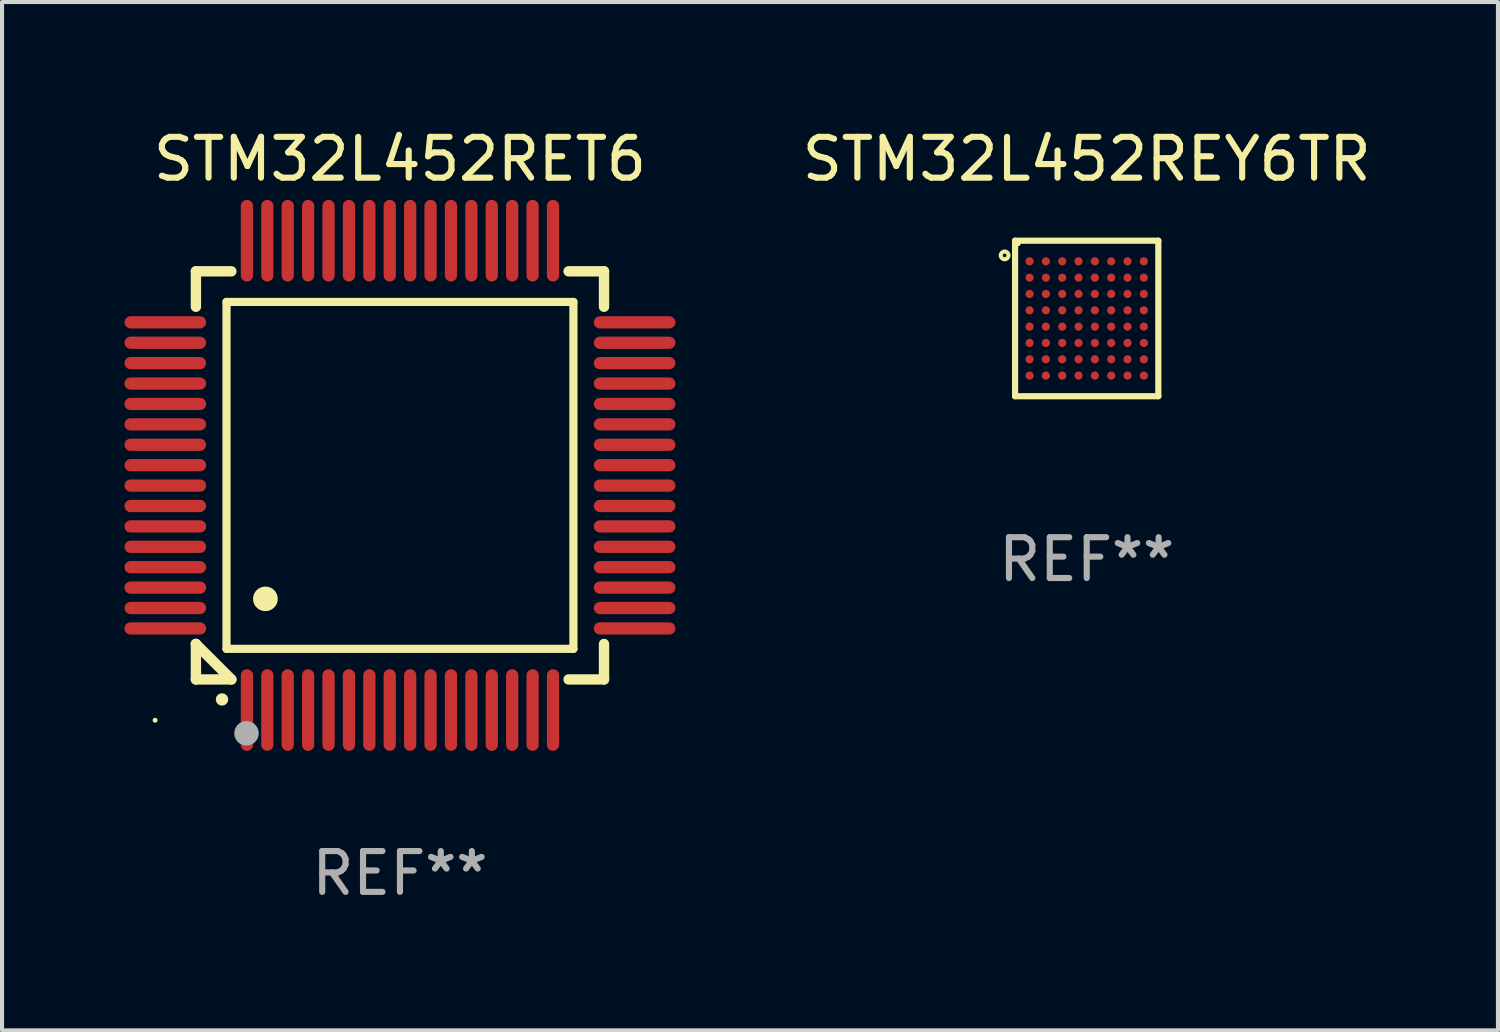
<source format=kicad_pcb>
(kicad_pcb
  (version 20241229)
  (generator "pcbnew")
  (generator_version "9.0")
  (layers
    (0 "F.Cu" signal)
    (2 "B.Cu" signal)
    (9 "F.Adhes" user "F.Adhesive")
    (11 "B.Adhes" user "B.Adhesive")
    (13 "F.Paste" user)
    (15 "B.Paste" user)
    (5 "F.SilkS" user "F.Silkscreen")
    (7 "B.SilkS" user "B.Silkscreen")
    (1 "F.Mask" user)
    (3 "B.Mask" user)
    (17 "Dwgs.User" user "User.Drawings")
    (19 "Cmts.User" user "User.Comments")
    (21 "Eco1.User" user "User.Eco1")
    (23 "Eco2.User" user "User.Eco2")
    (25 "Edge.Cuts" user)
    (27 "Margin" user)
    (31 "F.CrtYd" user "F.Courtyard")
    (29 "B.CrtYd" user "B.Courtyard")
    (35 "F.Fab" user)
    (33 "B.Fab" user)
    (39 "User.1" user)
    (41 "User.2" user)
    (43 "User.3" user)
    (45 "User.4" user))
  (footprint "STM32L452REY6TR"
    (layer "F.Cu")
    (at 23.577 4.753)
    (property "Reference" "STM32L452REY6TR" (at 0 -3.905 0) (layer "F.SilkS") (effects (font (size 1 1) (thickness 0.15))))
    (attr through_hole)
    (fp_line (start -1.755 -1.905) (end 1.755 -1.905) (stroke (width 0.152) (type solid)) (layer "F.SilkS"))
    (fp_line (start -1.755 1.905) (end -1.755 -1.905) (stroke (width 0.152) (type solid)) (layer "F.SilkS"))
    (fp_line (start 1.755 -1.905) (end 1.755 1.905) (stroke (width 0.152) (type solid)) (layer "F.SilkS"))
    (fp_line (start 1.755 1.905) (end -1.755 1.905) (stroke (width 0.152) (type solid)) (layer "F.SilkS"))
    (fp_circle (center -2.011 -1.545) (end -1.916 -1.545) (stroke (width 0.1) (type solid)) (fill no) (layer "F.SilkS"))
    (fp_circle (center -1.68 -1.83) (end -1.65 -1.83) (stroke (width 0.06) (type solid)) (fill no) (layer "F.SilkS"))
    (fp_text user "REF**" (at 0 5.905 0) (layer "F.Fab") (effects (font (size 1 1) (thickness 0.15))))
    (pad "A1" smd circle (at -1.4 -1.4) (size 0.2 0.2) (layers "F.Cu" "F.Mask" "F.Paste"))
    (pad "A2" smd circle (at -1 -1.4) (size 0.2 0.2) (layers "F.Cu" "F.Mask" "F.Paste"))
    (pad "A3" smd circle (at -0.6 -1.4) (size 0.2 0.2) (layers "F.Cu" "F.Mask" "F.Paste"))
    (pad "A4" smd circle (at -0.2 -1.4) (size 0.2 0.2) (layers "F.Cu" "F.Mask" "F.Paste"))
    (pad "A5" smd circle (at 0.2 -1.4) (size 0.2 0.2) (layers "F.Cu" "F.Mask" "F.Paste"))
    (pad "A6" smd circle (at 0.6 -1.4) (size 0.2 0.2) (layers "F.Cu" "F.Mask" "F.Paste"))
    (pad "A7" smd circle (at 1 -1.4) (size 0.2 0.2) (layers "F.Cu" "F.Mask" "F.Paste"))
    (pad "A8" smd circle (at 1.4 -1.4) (size 0.2 0.2) (layers "F.Cu" "F.Mask" "F.Paste"))
    (pad "B1" smd circle (at -1.4 -1) (size 0.2 0.2) (layers "F.Cu" "F.Mask" "F.Paste"))
    (pad "B2" smd circle (at -1 -1) (size 0.2 0.2) (layers "F.Cu" "F.Mask" "F.Paste"))
    (pad "B3" smd circle (at -0.6 -1) (size 0.2 0.2) (layers "F.Cu" "F.Mask" "F.Paste"))
    (pad "B4" smd circle (at -0.2 -1) (size 0.2 0.2) (layers "F.Cu" "F.Mask" "F.Paste"))
    (pad "B5" smd circle (at 0.2 -1) (size 0.2 0.2) (layers "F.Cu" "F.Mask" "F.Paste"))
    (pad "B6" smd circle (at 0.6 -1) (size 0.2 0.2) (layers "F.Cu" "F.Mask" "F.Paste"))
    (pad "B7" smd circle (at 1 -1) (size 0.2 0.2) (layers "F.Cu" "F.Mask" "F.Paste"))
    (pad "B8" smd circle (at 1.4 -1) (size 0.2 0.2) (layers "F.Cu" "F.Mask" "F.Paste"))
    (pad "C1" smd circle (at -1.4 -0.6) (size 0.2 0.2) (layers "F.Cu" "F.Mask" "F.Paste"))
    (pad "C2" smd circle (at -1 -0.6) (size 0.2 0.2) (layers "F.Cu" "F.Mask" "F.Paste"))
    (pad "C3" smd circle (at -0.6 -0.6) (size 0.2 0.2) (layers "F.Cu" "F.Mask" "F.Paste"))
    (pad "C4" smd circle (at -0.2 -0.6) (size 0.2 0.2) (layers "F.Cu" "F.Mask" "F.Paste"))
    (pad "C5" smd circle (at 0.2 -0.6) (size 0.2 0.2) (layers "F.Cu" "F.Mask" "F.Paste"))
    (pad "C6" smd circle (at 0.6 -0.6) (size 0.2 0.2) (layers "F.Cu" "F.Mask" "F.Paste"))
    (pad "C7" smd circle (at 1 -0.6) (size 0.2 0.2) (layers "F.Cu" "F.Mask" "F.Paste"))
    (pad "C8" smd circle (at 1.4 -0.6) (size 0.2 0.2) (layers "F.Cu" "F.Mask" "F.Paste"))
    (pad "D1" smd circle (at -1.4 -0.2) (size 0.2 0.2) (layers "F.Cu" "F.Mask" "F.Paste"))
    (pad "D2" smd circle (at -1 -0.2) (size 0.2 0.2) (layers "F.Cu" "F.Mask" "F.Paste"))
    (pad "D3" smd circle (at -0.6 -0.2) (size 0.2 0.2) (layers "F.Cu" "F.Mask" "F.Paste"))
    (pad "D4" smd circle (at -0.2 -0.2) (size 0.2 0.2) (layers "F.Cu" "F.Mask" "F.Paste"))
    (pad "D5" smd circle (at 0.2 -0.2) (size 0.2 0.2) (layers "F.Cu" "F.Mask" "F.Paste"))
    (pad "D6" smd circle (at 0.6 -0.2) (size 0.2 0.2) (layers "F.Cu" "F.Mask" "F.Paste"))
    (pad "D7" smd circle (at 1 -0.2) (size 0.2 0.2) (layers "F.Cu" "F.Mask" "F.Paste"))
    (pad "D8" smd circle (at 1.4 -0.2) (size 0.2 0.2) (layers "F.Cu" "F.Mask" "F.Paste"))
    (pad "E1" smd circle (at -1.4 0.2) (size 0.2 0.2) (layers "F.Cu" "F.Mask" "F.Paste"))
    (pad "E2" smd circle (at -1 0.2) (size 0.2 0.2) (layers "F.Cu" "F.Mask" "F.Paste"))
    (pad "E3" smd circle (at -0.6 0.2) (size 0.2 0.2) (layers "F.Cu" "F.Mask" "F.Paste"))
    (pad "E4" smd circle (at -0.2 0.2) (size 0.2 0.2) (layers "F.Cu" "F.Mask" "F.Paste"))
    (pad "E5" smd circle (at 0.2 0.2) (size 0.2 0.2) (layers "F.Cu" "F.Mask" "F.Paste"))
    (pad "E6" smd circle (at 0.6 0.2) (size 0.2 0.2) (layers "F.Cu" "F.Mask" "F.Paste"))
    (pad "E7" smd circle (at 1 0.2) (size 0.2 0.2) (layers "F.Cu" "F.Mask" "F.Paste"))
    (pad "E8" smd circle (at 1.4 0.2) (size 0.2 0.2) (layers "F.Cu" "F.Mask" "F.Paste"))
    (pad "F1" smd circle (at -1.4 0.6) (size 0.2 0.2) (layers "F.Cu" "F.Mask" "F.Paste"))
    (pad "F2" smd circle (at -1 0.6) (size 0.2 0.2) (layers "F.Cu" "F.Mask" "F.Paste"))
    (pad "F3" smd circle (at -0.6 0.6) (size 0.2 0.2) (layers "F.Cu" "F.Mask" "F.Paste"))
    (pad "F4" smd circle (at -0.2 0.6) (size 0.2 0.2) (layers "F.Cu" "F.Mask" "F.Paste"))
    (pad "F5" smd circle (at 0.2 0.6) (size 0.2 0.2) (layers "F.Cu" "F.Mask" "F.Paste"))
    (pad "F6" smd circle (at 0.6 0.6) (size 0.2 0.2) (layers "F.Cu" "F.Mask" "F.Paste"))
    (pad "F7" smd circle (at 1 0.6) (size 0.2 0.2) (layers "F.Cu" "F.Mask" "F.Paste"))
    (pad "F8" smd circle (at 1.4 0.6) (size 0.2 0.2) (layers "F.Cu" "F.Mask" "F.Paste"))
    (pad "G1" smd circle (at -1.4 1) (size 0.2 0.2) (layers "F.Cu" "F.Mask" "F.Paste"))
    (pad "G2" smd circle (at -1 1) (size 0.2 0.2) (layers "F.Cu" "F.Mask" "F.Paste"))
    (pad "G3" smd circle (at -0.6 1) (size 0.2 0.2) (layers "F.Cu" "F.Mask" "F.Paste"))
    (pad "G4" smd circle (at -0.2 1) (size 0.2 0.2) (layers "F.Cu" "F.Mask" "F.Paste"))
    (pad "G5" smd circle (at 0.2 1) (size 0.2 0.2) (layers "F.Cu" "F.Mask" "F.Paste"))
    (pad "G6" smd circle (at 0.6 1) (size 0.2 0.2) (layers "F.Cu" "F.Mask" "F.Paste"))
    (pad "G7" smd circle (at 1 1) (size 0.2 0.2) (layers "F.Cu" "F.Mask" "F.Paste"))
    (pad "G8" smd circle (at 1.4 1) (size 0.2 0.2) (layers "F.Cu" "F.Mask" "F.Paste"))
    (pad "H1" smd circle (at -1.4 1.4) (size 0.2 0.2) (layers "F.Cu" "F.Mask" "F.Paste"))
    (pad "H2" smd circle (at -1 1.4) (size 0.2 0.2) (layers "F.Cu" "F.Mask" "F.Paste"))
    (pad "H3" smd circle (at -0.6 1.4) (size 0.2 0.2) (layers "F.Cu" "F.Mask" "F.Paste"))
    (pad "H4" smd circle (at -0.2 1.4) (size 0.2 0.2) (layers "F.Cu" "F.Mask" "F.Paste"))
    (pad "H5" smd circle (at 0.2 1.4) (size 0.2 0.2) (layers "F.Cu" "F.Mask" "F.Paste"))
    (pad "H6" smd circle (at 0.6 1.4) (size 0.2 0.2) (layers "F.Cu" "F.Mask" "F.Paste"))
    (pad "H7" smd circle (at 1 1.4) (size 0.2 0.2) (layers "F.Cu" "F.Mask" "F.Paste"))
    (pad "H8" smd circle (at 1.4 1.4) (size 0.2 0.2) (layers "F.Cu" "F.Mask" "F.Paste")))
  (footprint "STM32L452RET6"
    (layer "F.Cu")
    (at 6.75 8.598)
    (property "Reference" "STM32L452RET6" (at 0 -7.75 0) (layer "F.SilkS") (effects (font (size 1 1) (thickness 0.15))))
    (attr through_hole)
    (fp_line (start -5 -5) (end -4.131 -5) (stroke (width 0.254) (type solid)) (layer "F.SilkS"))
    (fp_line (start -5 -4.131) (end -5 -5) (stroke (width 0.254) (type solid)) (layer "F.SilkS"))
    (fp_line (start -5 4.131) (end -5 4.131) (stroke (width 0.254) (type solid)) (layer "F.SilkS"))
    (fp_line (start -5 5) (end -5 4.131) (stroke (width 0.254) (type solid)) (layer "F.SilkS"))
    (fp_line (start -5 4.131) (end -4.131 5) (stroke (width 0.254) (type solid)) (layer "F.SilkS"))
    (fp_line (start -4.25 -4.25) (end -4.25 4.25) (stroke (width 0.2) (type solid)) (layer "F.SilkS"))
    (fp_line (start -4.25 4.25) (end 4.25 4.25) (stroke (width 0.2) (type solid)) (layer "F.SilkS"))
    (fp_line (start -4.131 5) (end -5 5) (stroke (width 0.254) (type solid)) (layer "F.SilkS"))
    (fp_line (start 4.25 -4.25) (end -4.25 -4.25) (stroke (width 0.2) (type solid)) (layer "F.SilkS"))
    (fp_line (start 4.25 4.25) (end 4.25 -4.25) (stroke (width 0.2) (type solid)) (layer "F.SilkS"))
    (fp_line (start 5 -5) (end 4.131 -5) (stroke (width 0.254) (type solid)) (layer "F.SilkS"))
    (fp_line (start 5 -5) (end 5 -4.131) (stroke (width 0.254) (type solid)) (layer "F.SilkS"))
    (fp_line (start 5 4.131) (end 5 5) (stroke (width 0.254) (type solid)) (layer "F.SilkS"))
    (fp_line (start 5 5) (end 4.131 5) (stroke (width 0.254) (type solid)) (layer "F.SilkS"))
    (fp_arc (start -4.361265 5.489992) (mid -4.359995 5.489987) (end -4.358725 5.489992) (stroke (width 0.3) (type solid)) (layer "F.SilkS"))
    (fp_arc (start -3.299467 3.025146) (mid -3.296927 3.025135) (end -3.294387 3.025146) (stroke (width 0.6) (type solid)) (layer "F.SilkS"))
    (fp_circle (center -6 6) (end -5.97 6) (stroke (width 0.06) (type solid)) (fill no) (layer "F.SilkS"))
    (fp_circle (center -3.76 6.32) (end -3.61 6.32) (stroke (width 0.3) (type solid)) (fill no) (layer "F.Fab"))
    (fp_text user "REF**" (at 0 9.75 0) (layer "F.Fab") (effects (font (size 1 1) (thickness 0.15))))
    (pad "1" smd oval (at -3.75 5.75) (size 0.3 2) (layers "F.Cu" "F.Mask" "F.Paste"))
    (pad "2" smd oval (at -3.25 5.75) (size 0.3 2) (layers "F.Cu" "F.Mask" "F.Paste"))
    (pad "3" smd oval (at -2.75 5.75) (size 0.3 2) (layers "F.Cu" "F.Mask" "F.Paste"))
    (pad "4" smd oval (at -2.25 5.75) (size 0.3 2) (layers "F.Cu" "F.Mask" "F.Paste"))
    (pad "5" smd oval (at -1.75 5.75) (size 0.3 2) (layers "F.Cu" "F.Mask" "F.Paste"))
    (pad "6" smd oval (at -1.25 5.75) (size 0.3 2) (layers "F.Cu" "F.Mask" "F.Paste"))
    (pad "7" smd oval (at -0.75 5.75) (size 0.3 2) (layers "F.Cu" "F.Mask" "F.Paste"))
    (pad "8" smd oval (at -0.25 5.75) (size 0.3 2) (layers "F.Cu" "F.Mask" "F.Paste"))
    (pad "9" smd oval (at 0.25 5.75) (size 0.3 2) (layers "F.Cu" "F.Mask" "F.Paste"))
    (pad "10" smd oval (at 0.75 5.75) (size 0.3 2) (layers "F.Cu" "F.Mask" "F.Paste"))
    (pad "11" smd oval (at 1.25 5.75) (size 0.3 2) (layers "F.Cu" "F.Mask" "F.Paste"))
    (pad "12" smd oval (at 1.75 5.75) (size 0.3 2) (layers "F.Cu" "F.Mask" "F.Paste"))
    (pad "13" smd oval (at 2.25 5.75) (size 0.3 2) (layers "F.Cu" "F.Mask" "F.Paste"))
    (pad "14" smd oval (at 2.75 5.75) (size 0.3 2) (layers "F.Cu" "F.Mask" "F.Paste"))
    (pad "15" smd oval (at 3.25 5.75) (size 0.3 2) (layers "F.Cu" "F.Mask" "F.Paste"))
    (pad "16" smd oval (at 3.75 5.75) (size 0.3 2) (layers "F.Cu" "F.Mask" "F.Paste"))
    (pad "17" smd oval (at 5.75 3.75) (size 2 0.3) (layers "F.Cu" "F.Mask" "F.Paste"))
    (pad "18" smd oval (at 5.75 3.25) (size 2 0.3) (layers "F.Cu" "F.Mask" "F.Paste"))
    (pad "19" smd oval (at 5.75 2.75) (size 2 0.3) (layers "F.Cu" "F.Mask" "F.Paste"))
    (pad "20" smd oval (at 5.75 2.25) (size 2 0.3) (layers "F.Cu" "F.Mask" "F.Paste"))
    (pad "21" smd oval (at 5.75 1.75) (size 2 0.3) (layers "F.Cu" "F.Mask" "F.Paste"))
    (pad "22" smd oval (at 5.75 1.25) (size 2 0.3) (layers "F.Cu" "F.Mask" "F.Paste"))
    (pad "23" smd oval (at 5.75 0.75) (size 2 0.3) (layers "F.Cu" "F.Mask" "F.Paste"))
    (pad "24" smd oval (at 5.75 0.25) (size 2 0.3) (layers "F.Cu" "F.Mask" "F.Paste"))
    (pad "25" smd oval (at 5.75 -0.25) (size 2 0.3) (layers "F.Cu" "F.Mask" "F.Paste"))
    (pad "26" smd oval (at 5.75 -0.75) (size 2 0.3) (layers "F.Cu" "F.Mask" "F.Paste"))
    (pad "27" smd oval (at 5.75 -1.25) (size 2 0.3) (layers "F.Cu" "F.Mask" "F.Paste"))
    (pad "28" smd oval (at 5.75 -1.75) (size 2 0.3) (layers "F.Cu" "F.Mask" "F.Paste"))
    (pad "29" smd oval (at 5.75 -2.25) (size 2 0.3) (layers "F.Cu" "F.Mask" "F.Paste"))
    (pad "30" smd oval (at 5.75 -2.75) (size 2 0.3) (layers "F.Cu" "F.Mask" "F.Paste"))
    (pad "31" smd oval (at 5.75 -3.25) (size 2 0.3) (layers "F.Cu" "F.Mask" "F.Paste"))
    (pad "32" smd oval (at 5.75 -3.75) (size 2 0.3) (layers "F.Cu" "F.Mask" "F.Paste"))
    (pad "33" smd oval (at 3.75 -5.75) (size 0.3 2) (layers "F.Cu" "F.Mask" "F.Paste"))
    (pad "34" smd oval (at 3.25 -5.75) (size 0.3 2) (layers "F.Cu" "F.Mask" "F.Paste"))
    (pad "35" smd oval (at 2.75 -5.75) (size 0.3 2) (layers "F.Cu" "F.Mask" "F.Paste"))
    (pad "36" smd oval (at 2.25 -5.75) (size 0.3 2) (layers "F.Cu" "F.Mask" "F.Paste"))
    (pad "37" smd oval (at 1.75 -5.75) (size 0.3 2) (layers "F.Cu" "F.Mask" "F.Paste"))
    (pad "38" smd oval (at 1.25 -5.75) (size 0.3 2) (layers "F.Cu" "F.Mask" "F.Paste"))
    (pad "39" smd oval (at 0.75 -5.75) (size 0.3 2) (layers "F.Cu" "F.Mask" "F.Paste"))
    (pad "40" smd oval (at 0.25 -5.75) (size 0.3 2) (layers "F.Cu" "F.Mask" "F.Paste"))
    (pad "41" smd oval (at -0.25 -5.75) (size 0.3 2) (layers "F.Cu" "F.Mask" "F.Paste"))
    (pad "42" smd oval (at -0.75 -5.75) (size 0.3 2) (layers "F.Cu" "F.Mask" "F.Paste"))
    (pad "43" smd oval (at -1.25 -5.75) (size 0.3 2) (layers "F.Cu" "F.Mask" "F.Paste"))
    (pad "44" smd oval (at -1.75 -5.75) (size 0.3 2) (layers "F.Cu" "F.Mask" "F.Paste"))
    (pad "45" smd oval (at -2.25 -5.75) (size 0.3 2) (layers "F.Cu" "F.Mask" "F.Paste"))
    (pad "46" smd oval (at -2.75 -5.75) (size 0.3 2) (layers "F.Cu" "F.Mask" "F.Paste"))
    (pad "47" smd oval (at -3.25 -5.75) (size 0.3 2) (layers "F.Cu" "F.Mask" "F.Paste"))
    (pad "48" smd oval (at -3.75 -5.75) (size 0.3 2) (layers "F.Cu" "F.Mask" "F.Paste"))
    (pad "49" smd oval (at -5.75 -3.75) (size 2 0.3) (layers "F.Cu" "F.Mask" "F.Paste"))
    (pad "50" smd oval (at -5.75 -3.25) (size 2 0.3) (layers "F.Cu" "F.Mask" "F.Paste"))
    (pad "51" smd oval (at -5.75 -2.75) (size 2 0.3) (layers "F.Cu" "F.Mask" "F.Paste"))
    (pad "52" smd oval (at -5.75 -2.25) (size 2 0.3) (layers "F.Cu" "F.Mask" "F.Paste"))
    (pad "53" smd oval (at -5.75 -1.75) (size 2 0.3) (layers "F.Cu" "F.Mask" "F.Paste"))
    (pad "54" smd oval (at -5.75 -1.25) (size 2 0.3) (layers "F.Cu" "F.Mask" "F.Paste"))
    (pad "55" smd oval (at -5.75 -0.75) (size 2 0.3) (layers "F.Cu" "F.Mask" "F.Paste"))
    (pad "56" smd oval (at -5.75 -0.25) (size 2 0.3) (layers "F.Cu" "F.Mask" "F.Paste"))
    (pad "57" smd oval (at -5.75 0.25) (size 2 0.3) (layers "F.Cu" "F.Mask" "F.Paste"))
    (pad "58" smd oval (at -5.75 0.75) (size 2 0.3) (layers "F.Cu" "F.Mask" "F.Paste"))
    (pad "59" smd oval (at -5.75 1.25) (size 2 0.3) (layers "F.Cu" "F.Mask" "F.Paste"))
    (pad "60" smd oval (at -5.75 1.75) (size 2 0.3) (layers "F.Cu" "F.Mask" "F.Paste"))
    (pad "61" smd oval (at -5.75 2.25) (size 2 0.3) (layers "F.Cu" "F.Mask" "F.Paste"))
    (pad "62" smd oval (at -5.75 2.75) (size 2 0.3) (layers "F.Cu" "F.Mask" "F.Paste"))
    (pad "63" smd oval (at -5.75 3.25) (size 2 0.3) (layers "F.Cu" "F.Mask" "F.Paste"))
    (pad "64" smd oval (at -5.75 3.75) (size 2 0.3) (layers "F.Cu" "F.Mask" "F.Paste")))
  (gr_rect
    (start -3 -3)
    (end 33.654 22.196)
    (stroke (width 0.1) (type default))
    (fill no)
    (layer "Edge.Cuts")))
</source>
